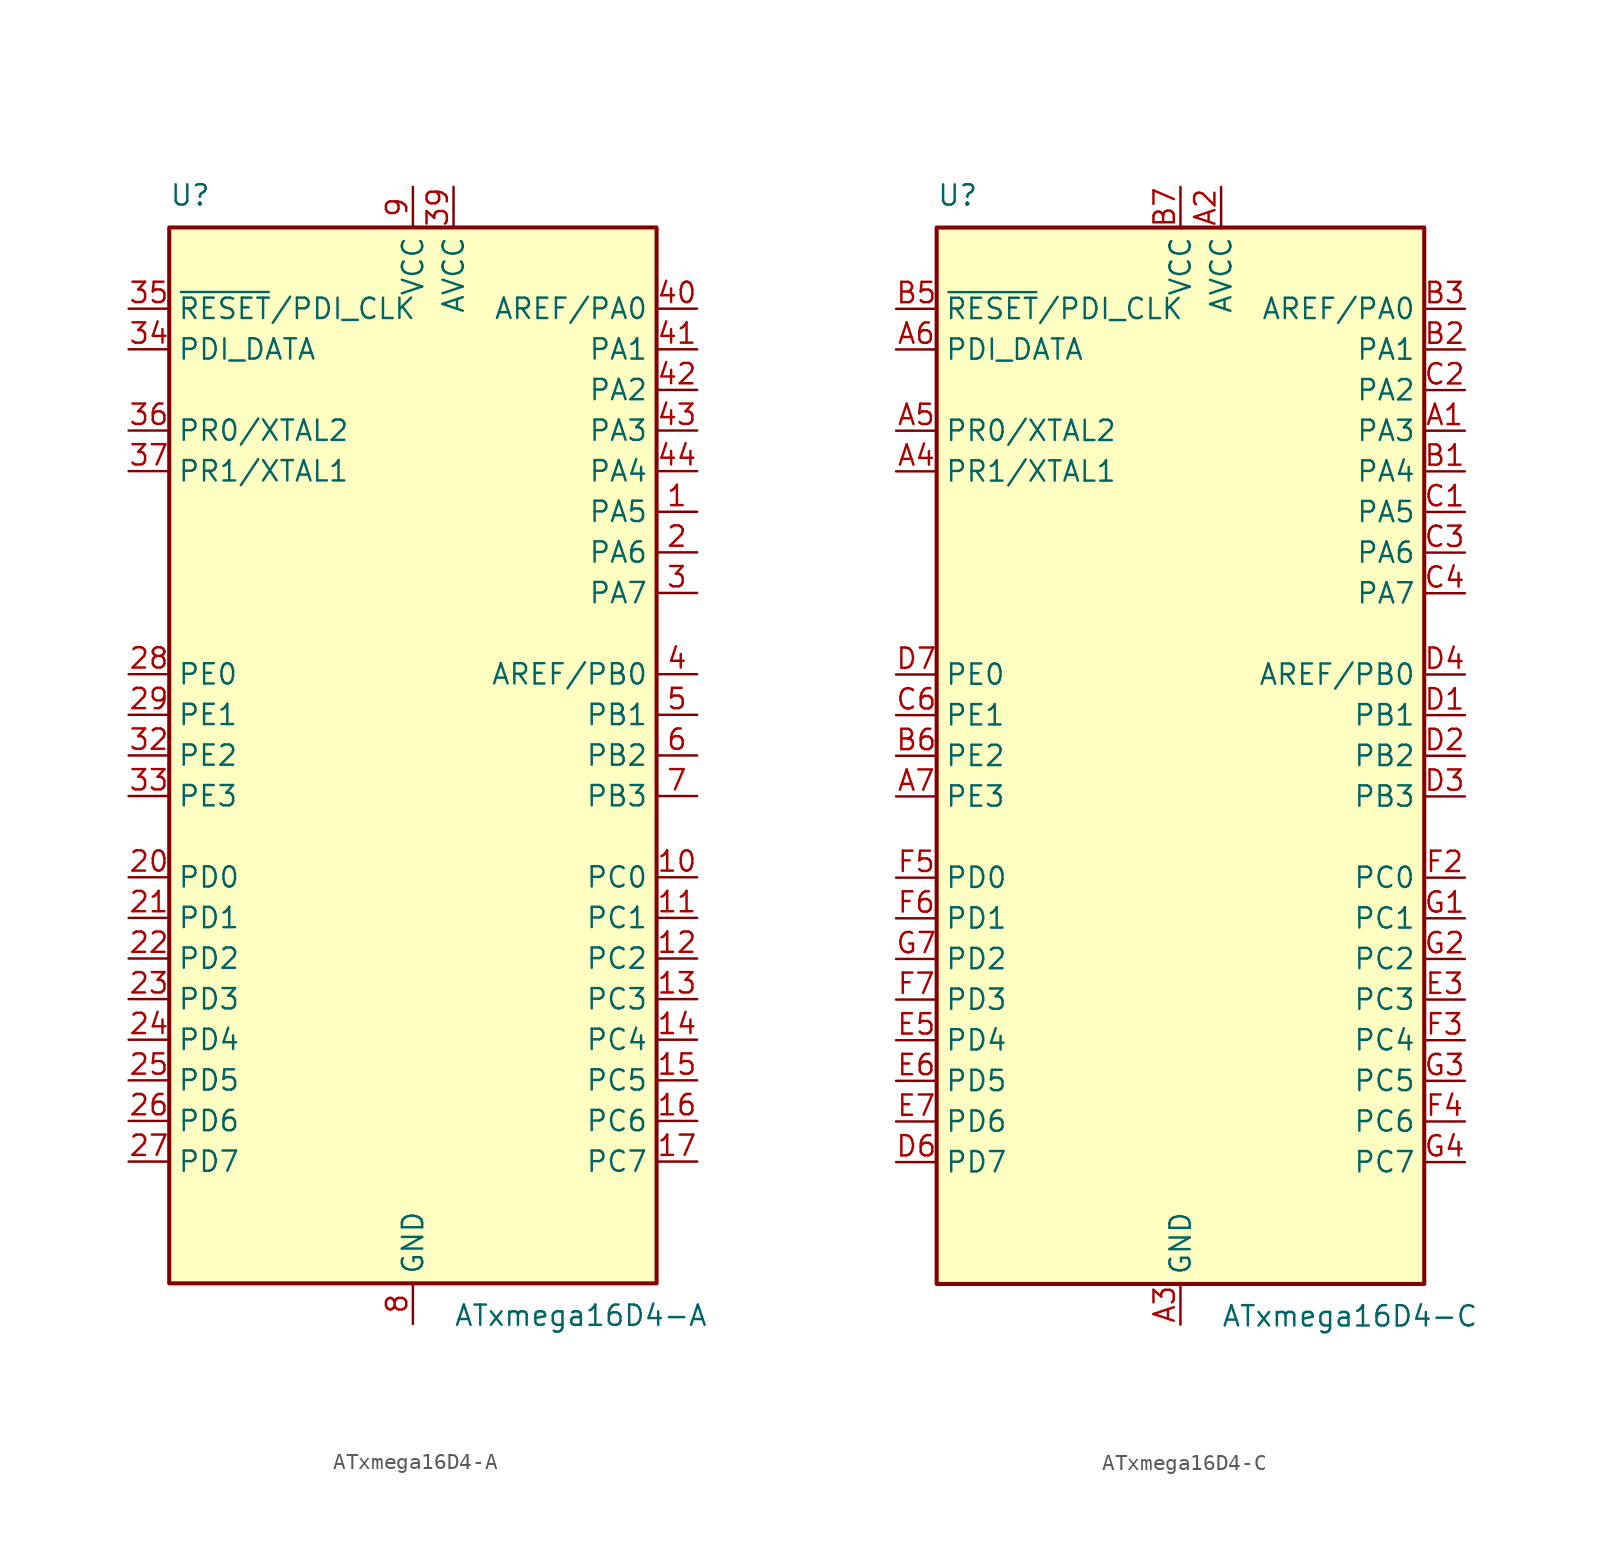
<source format=kicad_sym>
(kicad_symbol_lib
  (version 20201005)
  (generator kicad_symbol_editor)
  (symbol "MCU_Microchip_ATmega:ATxmega16D4-A"
    (property "Reference" "U"
      (at -15.24 34.29 0)
      (effects (font (size 1.27 1.27)) (justify left bottom)))
    (property "Value" "ATxmega16D4-A"
      (at 2.54 -34.29 0)
      (effects (font (size 1.27 1.27)) (justify left top)))
    (symbol "ATxmega16D4-A_0_1"
      (rectangle (start -15.24 -33.02) (end 15.24 33.02) (stroke (width 0.254)) (fill (type background))))
    (symbol "ATxmega16D4-A_1_1"
      (pin bidirectional line (at 17.78 15.24 180) (length 2.54) (name "PA5" (effects (font (size 1.27 1.27)))) (number "1" (effects (font (size 1.27 1.27)))))
      (pin bidirectional line (at 17.78 -7.62 180) (length 2.54) (name "PC0" (effects (font (size 1.27 1.27)))) (number "10" (effects (font (size 1.27 1.27)))))
      (pin bidirectional line (at 17.78 -10.16 180) (length 2.54) (name "PC1" (effects (font (size 1.27 1.27)))) (number "11" (effects (font (size 1.27 1.27)))))
      (pin bidirectional line (at 17.78 -12.7 180) (length 2.54) (name "PC2" (effects (font (size 1.27 1.27)))) (number "12" (effects (font (size 1.27 1.27)))))
      (pin bidirectional line (at 17.78 -15.24 180) (length 2.54) (name "PC3" (effects (font (size 1.27 1.27)))) (number "13" (effects (font (size 1.27 1.27)))))
      (pin bidirectional line (at 17.78 -17.78 180) (length 2.54) (name "PC4" (effects (font (size 1.27 1.27)))) (number "14" (effects (font (size 1.27 1.27)))))
      (pin bidirectional line (at 17.78 -20.32 180) (length 2.54) (name "PC5" (effects (font (size 1.27 1.27)))) (number "15" (effects (font (size 1.27 1.27)))))
      (pin bidirectional line (at 17.78 -22.86 180) (length 2.54) (name "PC6" (effects (font (size 1.27 1.27)))) (number "16" (effects (font (size 1.27 1.27)))))
      (pin bidirectional line (at 17.78 -25.4 180) (length 2.54) (name "PC7" (effects (font (size 1.27 1.27)))) (number "17" (effects (font (size 1.27 1.27)))))
      (pin passive line (at 0 -35.56 90) (length 2.54) hide (name "GND" (effects (font (size 1.27 1.27)))) (number "18" (effects (font (size 1.27 1.27)))))
      (pin passive line (at 0 35.56 270) (length 2.54) hide (name "VCC" (effects (font (size 1.27 1.27)))) (number "19" (effects (font (size 1.27 1.27)))))
      (pin bidirectional line (at 17.78 12.7 180) (length 2.54) (name "PA6" (effects (font (size 1.27 1.27)))) (number "2" (effects (font (size 1.27 1.27)))))
      (pin bidirectional line (at -17.78 -7.62 0) (length 2.54) (name "PD0" (effects (font (size 1.27 1.27)))) (number "20" (effects (font (size 1.27 1.27)))))
      (pin bidirectional line (at -17.78 -10.16 0) (length 2.54) (name "PD1" (effects (font (size 1.27 1.27)))) (number "21" (effects (font (size 1.27 1.27)))))
      (pin bidirectional line (at -17.78 -12.7 0) (length 2.54) (name "PD2" (effects (font (size 1.27 1.27)))) (number "22" (effects (font (size 1.27 1.27)))))
      (pin bidirectional line (at -17.78 -15.24 0) (length 2.54) (name "PD3" (effects (font (size 1.27 1.27)))) (number "23" (effects (font (size 1.27 1.27)))))
      (pin bidirectional line (at -17.78 -17.78 0) (length 2.54) (name "PD4" (effects (font (size 1.27 1.27)))) (number "24" (effects (font (size 1.27 1.27)))))
      (pin bidirectional line (at -17.78 -20.32 0) (length 2.54) (name "PD5" (effects (font (size 1.27 1.27)))) (number "25" (effects (font (size 1.27 1.27)))))
      (pin bidirectional line (at -17.78 -22.86 0) (length 2.54) (name "PD6" (effects (font (size 1.27 1.27)))) (number "26" (effects (font (size 1.27 1.27)))))
      (pin bidirectional line (at -17.78 -25.4 0) (length 2.54) (name "PD7" (effects (font (size 1.27 1.27)))) (number "27" (effects (font (size 1.27 1.27)))))
      (pin bidirectional line (at -17.78 5.08 0) (length 2.54) (name "PE0" (effects (font (size 1.27 1.27)))) (number "28" (effects (font (size 1.27 1.27)))))
      (pin bidirectional line (at -17.78 2.54 0) (length 2.54) (name "PE1" (effects (font (size 1.27 1.27)))) (number "29" (effects (font (size 1.27 1.27)))))
      (pin bidirectional line (at 17.78 10.16 180) (length 2.54) (name "PA7" (effects (font (size 1.27 1.27)))) (number "3" (effects (font (size 1.27 1.27)))))
      (pin passive line (at 0 -35.56 90) (length 2.54) hide (name "GND" (effects (font (size 1.27 1.27)))) (number "30" (effects (font (size 1.27 1.27)))))
      (pin passive line (at 0 35.56 270) (length 2.54) hide (name "VCC" (effects (font (size 1.27 1.27)))) (number "31" (effects (font (size 1.27 1.27)))))
      (pin bidirectional line (at -17.78 0 0) (length 2.54) (name "PE2" (effects (font (size 1.27 1.27)))) (number "32" (effects (font (size 1.27 1.27)))))
      (pin bidirectional line (at -17.78 -2.54 0) (length 2.54) (name "PE3" (effects (font (size 1.27 1.27)))) (number "33" (effects (font (size 1.27 1.27)))))
      (pin bidirectional line (at -17.78 25.4 0) (length 2.54) (name "PDI_DATA" (effects (font (size 1.27 1.27)))) (number "34" (effects (font (size 1.27 1.27)))))
      (pin input line (at -17.78 27.94 0) (length 2.54) (name "~RESET~/PDI_CLK" (effects (font (size 1.27 1.27)))) (number "35" (effects (font (size 1.27 1.27)))))
      (pin bidirectional line (at -17.78 20.32 0) (length 2.54) (name "PR0/XTAL2" (effects (font (size 1.27 1.27)))) (number "36" (effects (font (size 1.27 1.27)))))
      (pin bidirectional line (at -17.78 17.78 0) (length 2.54) (name "PR1/XTAL1" (effects (font (size 1.27 1.27)))) (number "37" (effects (font (size 1.27 1.27)))))
      (pin passive line (at 0 -35.56 90) (length 2.54) hide (name "GND" (effects (font (size 1.27 1.27)))) (number "38" (effects (font (size 1.27 1.27)))))
      (pin power_in line (at 2.54 35.56 270) (length 2.54) (name "AVCC" (effects (font (size 1.27 1.27)))) (number "39" (effects (font (size 1.27 1.27)))))
      (pin bidirectional line (at 17.78 5.08 180) (length 2.54) (name "AREF/PB0" (effects (font (size 1.27 1.27)))) (number "4" (effects (font (size 1.27 1.27)))))
      (pin bidirectional line (at 17.78 27.94 180) (length 2.54) (name "AREF/PA0" (effects (font (size 1.27 1.27)))) (number "40" (effects (font (size 1.27 1.27)))))
      (pin bidirectional line (at 17.78 25.4 180) (length 2.54) (name "PA1" (effects (font (size 1.27 1.27)))) (number "41" (effects (font (size 1.27 1.27)))))
      (pin bidirectional line (at 17.78 22.86 180) (length 2.54) (name "PA2" (effects (font (size 1.27 1.27)))) (number "42" (effects (font (size 1.27 1.27)))))
      (pin bidirectional line (at 17.78 20.32 180) (length 2.54) (name "PA3" (effects (font (size 1.27 1.27)))) (number "43" (effects (font (size 1.27 1.27)))))
      (pin bidirectional line (at 17.78 17.78 180) (length 2.54) (name "PA4" (effects (font (size 1.27 1.27)))) (number "44" (effects (font (size 1.27 1.27)))))
      (pin bidirectional line (at 17.78 2.54 180) (length 2.54) (name "PB1" (effects (font (size 1.27 1.27)))) (number "5" (effects (font (size 1.27 1.27)))))
      (pin bidirectional line (at 17.78 0 180) (length 2.54) (name "PB2" (effects (font (size 1.27 1.27)))) (number "6" (effects (font (size 1.27 1.27)))))
      (pin bidirectional line (at 17.78 -2.54 180) (length 2.54) (name "PB3" (effects (font (size 1.27 1.27)))) (number "7" (effects (font (size 1.27 1.27)))))
      (pin power_in line (at 0 -35.56 90) (length 2.54) (name "GND" (effects (font (size 1.27 1.27)))) (number "8" (effects (font (size 1.27 1.27)))))
      (pin power_in line (at 0 35.56 270) (length 2.54) (name "VCC" (effects (font (size 1.27 1.27)))) (number "9" (effects (font (size 1.27 1.27)))))))
  (symbol "MCU_Microchip_ATmega:ATxmega16D4-C"
    (property "Reference" "U"
      (at -15.24 34.29 0)
      (effects (font (size 1.27 1.27)) (justify left bottom)))
    (property "Value" "ATxmega16D4-C"
      (at 2.54 -34.29 0)
      (effects (font (size 1.27 1.27)) (justify left top)))
    (symbol "ATxmega16D4-C_0_1"
      (rectangle (start -15.24 -33.02) (end 15.24 33.02) (stroke (width 0.254)) (fill (type background))))
    (symbol "ATxmega16D4-C_1_1"
      (pin bidirectional line (at 17.78 20.32 180) (length 2.54) (name "PA3" (effects (font (size 1.27 1.27)))) (number "A1" (effects (font (size 1.27 1.27)))))
      (pin power_in line (at 2.54 35.56 270) (length 2.54) (name "AVCC" (effects (font (size 1.27 1.27)))) (number "A2" (effects (font (size 1.27 1.27)))))
      (pin power_in line (at 0 -35.56 90) (length 2.54) (name "GND" (effects (font (size 1.27 1.27)))) (number "A3" (effects (font (size 1.27 1.27)))))
      (pin bidirectional line (at -17.78 17.78 0) (length 2.54) (name "PR1/XTAL1" (effects (font (size 1.27 1.27)))) (number "A4" (effects (font (size 1.27 1.27)))))
      (pin bidirectional line (at -17.78 20.32 0) (length 2.54) (name "PR0/XTAL2" (effects (font (size 1.27 1.27)))) (number "A5" (effects (font (size 1.27 1.27)))))
      (pin bidirectional line (at -17.78 25.4 0) (length 2.54) (name "PDI_DATA" (effects (font (size 1.27 1.27)))) (number "A6" (effects (font (size 1.27 1.27)))))
      (pin bidirectional line (at -17.78 -2.54 0) (length 2.54) (name "PE3" (effects (font (size 1.27 1.27)))) (number "A7" (effects (font (size 1.27 1.27)))))
      (pin bidirectional line (at 17.78 17.78 180) (length 2.54) (name "PA4" (effects (font (size 1.27 1.27)))) (number "B1" (effects (font (size 1.27 1.27)))))
      (pin bidirectional line (at 17.78 25.4 180) (length 2.54) (name "PA1" (effects (font (size 1.27 1.27)))) (number "B2" (effects (font (size 1.27 1.27)))))
      (pin bidirectional line (at 17.78 27.94 180) (length 2.54) (name "AREF/PA0" (effects (font (size 1.27 1.27)))) (number "B3" (effects (font (size 1.27 1.27)))))
      (pin passive line (at 0 -35.56 90) (length 2.54) hide (name "GND" (effects (font (size 1.27 1.27)))) (number "B4" (effects (font (size 1.27 1.27)))))
      (pin input line (at -17.78 27.94 0) (length 2.54) (name "~RESET~/PDI_CLK" (effects (font (size 1.27 1.27)))) (number "B5" (effects (font (size 1.27 1.27)))))
      (pin bidirectional line (at -17.78 0 0) (length 2.54) (name "PE2" (effects (font (size 1.27 1.27)))) (number "B6" (effects (font (size 1.27 1.27)))))
      (pin power_in line (at 0 35.56 270) (length 2.54) (name "VCC" (effects (font (size 1.27 1.27)))) (number "B7" (effects (font (size 1.27 1.27)))))
      (pin bidirectional line (at 17.78 15.24 180) (length 2.54) (name "PA5" (effects (font (size 1.27 1.27)))) (number "C1" (effects (font (size 1.27 1.27)))))
      (pin bidirectional line (at 17.78 22.86 180) (length 2.54) (name "PA2" (effects (font (size 1.27 1.27)))) (number "C2" (effects (font (size 1.27 1.27)))))
      (pin bidirectional line (at 17.78 12.7 180) (length 2.54) (name "PA6" (effects (font (size 1.27 1.27)))) (number "C3" (effects (font (size 1.27 1.27)))))
      (pin bidirectional line (at 17.78 10.16 180) (length 2.54) (name "PA7" (effects (font (size 1.27 1.27)))) (number "C4" (effects (font (size 1.27 1.27)))))
      (pin passive line (at 0 -35.56 90) (length 2.54) hide (name "GND" (effects (font (size 1.27 1.27)))) (number "C5" (effects (font (size 1.27 1.27)))))
      (pin bidirectional line (at -17.78 2.54 0) (length 2.54) (name "PE1" (effects (font (size 1.27 1.27)))) (number "C6" (effects (font (size 1.27 1.27)))))
      (pin passive line (at 0 -35.56 90) (length 2.54) hide (name "GND" (effects (font (size 1.27 1.27)))) (number "C7" (effects (font (size 1.27 1.27)))))
      (pin bidirectional line (at 17.78 2.54 180) (length 2.54) (name "PB1" (effects (font (size 1.27 1.27)))) (number "D1" (effects (font (size 1.27 1.27)))))
      (pin bidirectional line (at 17.78 0 180) (length 2.54) (name "PB2" (effects (font (size 1.27 1.27)))) (number "D2" (effects (font (size 1.27 1.27)))))
      (pin bidirectional line (at 17.78 -2.54 180) (length 2.54) (name "PB3" (effects (font (size 1.27 1.27)))) (number "D3" (effects (font (size 1.27 1.27)))))
      (pin bidirectional line (at 17.78 5.08 180) (length 2.54) (name "AREF/PB0" (effects (font (size 1.27 1.27)))) (number "D4" (effects (font (size 1.27 1.27)))))
      (pin passive line (at 0 -35.56 90) (length 2.54) hide (name "GND" (effects (font (size 1.27 1.27)))) (number "D5" (effects (font (size 1.27 1.27)))))
      (pin bidirectional line (at -17.78 -25.4 0) (length 2.54) (name "PD7" (effects (font (size 1.27 1.27)))) (number "D6" (effects (font (size 1.27 1.27)))))
      (pin bidirectional line (at -17.78 5.08 0) (length 2.54) (name "PE0" (effects (font (size 1.27 1.27)))) (number "D7" (effects (font (size 1.27 1.27)))))
      (pin passive line (at 0 -35.56 90) (length 2.54) hide (name "GND" (effects (font (size 1.27 1.27)))) (number "E1" (effects (font (size 1.27 1.27)))))
      (pin passive line (at 0 -35.56 90) (length 2.54) hide (name "GND" (effects (font (size 1.27 1.27)))) (number "E2" (effects (font (size 1.27 1.27)))))
      (pin bidirectional line (at 17.78 -15.24 180) (length 2.54) (name "PC3" (effects (font (size 1.27 1.27)))) (number "E3" (effects (font (size 1.27 1.27)))))
      (pin passive line (at 0 -35.56 90) (length 2.54) hide (name "GND" (effects (font (size 1.27 1.27)))) (number "E4" (effects (font (size 1.27 1.27)))))
      (pin bidirectional line (at -17.78 -17.78 0) (length 2.54) (name "PD4" (effects (font (size 1.27 1.27)))) (number "E5" (effects (font (size 1.27 1.27)))))
      (pin bidirectional line (at -17.78 -20.32 0) (length 2.54) (name "PD5" (effects (font (size 1.27 1.27)))) (number "E6" (effects (font (size 1.27 1.27)))))
      (pin bidirectional line (at -17.78 -22.86 0) (length 2.54) (name "PD6" (effects (font (size 1.27 1.27)))) (number "E7" (effects (font (size 1.27 1.27)))))
      (pin passive line (at 0 35.56 270) (length 2.54) hide (name "VCC" (effects (font (size 1.27 1.27)))) (number "F1" (effects (font (size 1.27 1.27)))))
      (pin bidirectional line (at 17.78 -7.62 180) (length 2.54) (name "PC0" (effects (font (size 1.27 1.27)))) (number "F2" (effects (font (size 1.27 1.27)))))
      (pin bidirectional line (at 17.78 -17.78 180) (length 2.54) (name "PC4" (effects (font (size 1.27 1.27)))) (number "F3" (effects (font (size 1.27 1.27)))))
      (pin bidirectional line (at 17.78 -22.86 180) (length 2.54) (name "PC6" (effects (font (size 1.27 1.27)))) (number "F4" (effects (font (size 1.27 1.27)))))
      (pin bidirectional line (at -17.78 -7.62 0) (length 2.54) (name "PD0" (effects (font (size 1.27 1.27)))) (number "F5" (effects (font (size 1.27 1.27)))))
      (pin bidirectional line (at -17.78 -10.16 0) (length 2.54) (name "PD1" (effects (font (size 1.27 1.27)))) (number "F6" (effects (font (size 1.27 1.27)))))
      (pin bidirectional line (at -17.78 -15.24 0) (length 2.54) (name "PD3" (effects (font (size 1.27 1.27)))) (number "F7" (effects (font (size 1.27 1.27)))))
      (pin bidirectional line (at 17.78 -10.16 180) (length 2.54) (name "PC1" (effects (font (size 1.27 1.27)))) (number "G1" (effects (font (size 1.27 1.27)))))
      (pin bidirectional line (at 17.78 -12.7 180) (length 2.54) (name "PC2" (effects (font (size 1.27 1.27)))) (number "G2" (effects (font (size 1.27 1.27)))))
      (pin bidirectional line (at 17.78 -20.32 180) (length 2.54) (name "PC5" (effects (font (size 1.27 1.27)))) (number "G3" (effects (font (size 1.27 1.27)))))
      (pin bidirectional line (at 17.78 -25.4 180) (length 2.54) (name "PC7" (effects (font (size 1.27 1.27)))) (number "G4" (effects (font (size 1.27 1.27)))))
      (pin passive line (at 0 -35.56 90) (length 2.54) hide (name "GND" (effects (font (size 1.27 1.27)))) (number "G5" (effects (font (size 1.27 1.27)))))
      (pin passive line (at 0 35.56 270) (length 2.54) hide (name "VCC" (effects (font (size 1.27 1.27)))) (number "G6" (effects (font (size 1.27 1.27)))))
      (pin bidirectional line (at -17.78 -12.7 0) (length 2.54) (name "PD2" (effects (font (size 1.27 1.27)))) (number "G7" (effects (font (size 1.27 1.27))))))))
</source>
